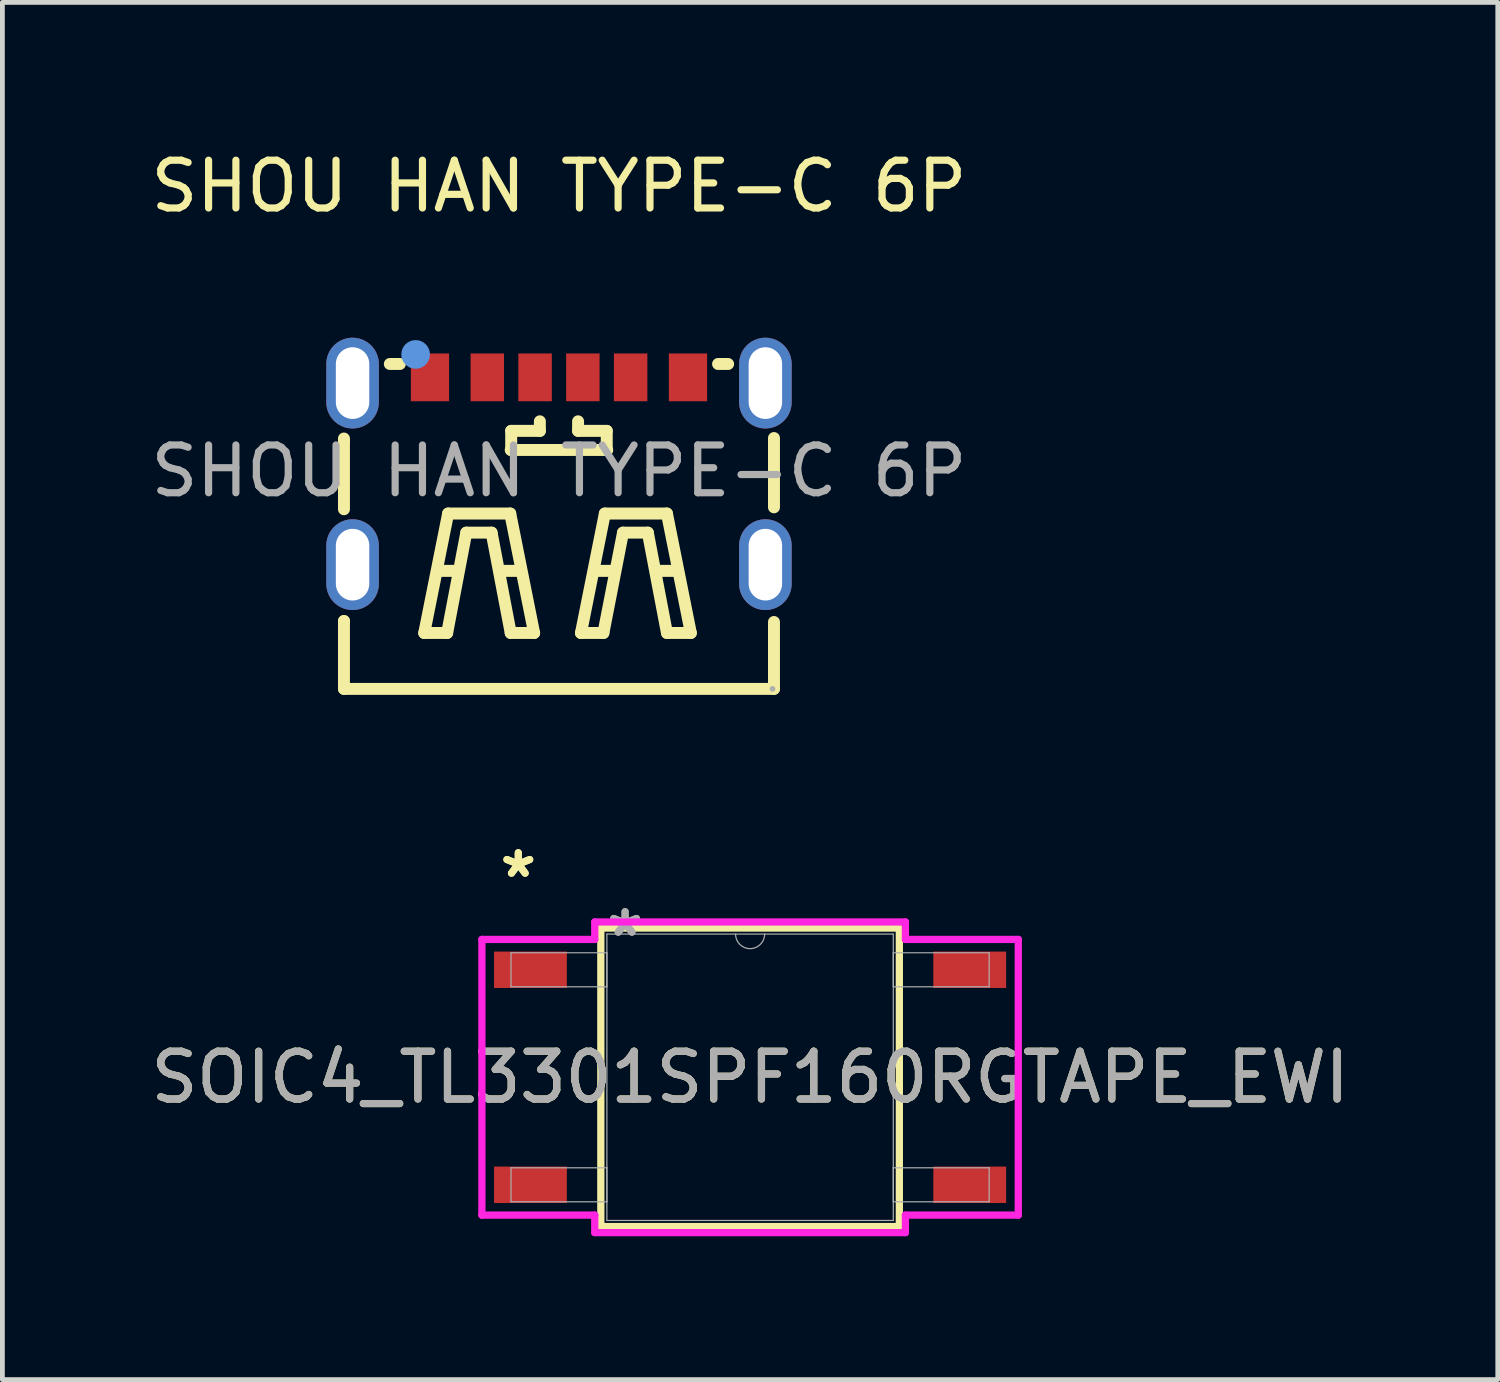
<source format=kicad_pcb>
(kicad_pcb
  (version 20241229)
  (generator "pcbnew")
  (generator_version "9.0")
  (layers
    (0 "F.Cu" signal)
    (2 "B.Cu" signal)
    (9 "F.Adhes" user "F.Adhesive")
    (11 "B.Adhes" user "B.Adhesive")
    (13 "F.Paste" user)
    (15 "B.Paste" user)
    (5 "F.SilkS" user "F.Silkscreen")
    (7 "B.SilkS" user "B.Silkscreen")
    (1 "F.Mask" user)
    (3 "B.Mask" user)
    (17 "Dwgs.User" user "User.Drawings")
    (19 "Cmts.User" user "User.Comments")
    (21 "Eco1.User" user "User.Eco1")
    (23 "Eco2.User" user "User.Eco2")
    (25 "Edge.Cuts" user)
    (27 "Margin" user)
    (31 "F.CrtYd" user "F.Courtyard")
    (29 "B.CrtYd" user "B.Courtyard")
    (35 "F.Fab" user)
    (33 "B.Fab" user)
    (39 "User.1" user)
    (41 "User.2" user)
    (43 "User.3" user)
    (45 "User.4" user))
  (footprint "SHOU HAN TYPE-C 6P"
    (layer "F.Cu")
    (at 8.649 6.808)
    (property "Reference" "SHOU HAN TYPE-C 6P" (at 0 -5.96 0) (layer "F.SilkS") (effects (font (size 1 1) (thickness 0.15))))
    (attr smd)
    (fp_line (start -4.5 -0.64) (end -4.5 -0.68) (stroke (width 0.25) (type solid)) (layer "F.SilkS"))
    (fp_line (start -4.5 -0.64) (end -4.5 0.8) (stroke (width 0.25) (type solid)) (layer "F.SilkS"))
    (fp_line (start -4.5 3.14) (end -4.5 4.56) (stroke (width 0.25) (type solid)) (layer "F.SilkS"))
    (fp_line (start -4.5 3.16) (end -4.5 3.14) (stroke (width 0.25) (type solid)) (layer "F.SilkS"))
    (fp_line (start -4.5 4.56) (end 4.5 4.56) (stroke (width 0.25) (type solid)) (layer "F.SilkS"))
    (fp_line (start -3.54 -2.24) (end -3.33 -2.24) (stroke (width 0.25) (type solid)) (layer "F.SilkS"))
    (fp_line (start -2.82 3.39) (end -2.32 0.89) (stroke (width 0.25) (type solid)) (layer "F.SilkS"))
    (fp_line (start -2.52 2.09) (end -2.12 2.09) (stroke (width 0.25) (type solid)) (layer "F.SilkS"))
    (fp_line (start -2.34 3.39) (end -2.82 3.39) (stroke (width 0.25) (type solid)) (layer "F.SilkS"))
    (fp_line (start -2.32 0.89) (end -1.02 0.89) (stroke (width 0.25) (type solid)) (layer "F.SilkS"))
    (fp_line (start -1.94 1.29) (end -2.34 3.39) (stroke (width 0.25) (type solid)) (layer "F.SilkS"))
    (fp_line (start -1.41 1.29) (end -1.94 1.29) (stroke (width 0.25) (type solid)) (layer "F.SilkS"))
    (fp_line (start -1.22 2.09) (end -0.82 2.09) (stroke (width 0.25) (type solid)) (layer "F.SilkS"))
    (fp_line (start -1.02 0.89) (end -0.52 3.39) (stroke (width 0.25) (type solid)) (layer "F.SilkS"))
    (fp_line (start -1.01 -0.44) (end 1.01 -0.44) (stroke (width 0.25) (type solid)) (layer "F.SilkS"))
    (fp_line (start -1.01 3.39) (end -1.41 1.29) (stroke (width 0.25) (type solid)) (layer "F.SilkS"))
    (fp_line (start -1 -0.84) (end -0.4 -0.84) (stroke (width 0.25) (type solid)) (layer "F.SilkS"))
    (fp_line (start -1 -0.44) (end -1 -0.84) (stroke (width 0.25) (type solid)) (layer "F.SilkS"))
    (fp_line (start -0.52 3.39) (end -1.01 3.39) (stroke (width 0.25) (type solid)) (layer "F.SilkS"))
    (fp_line (start -0.4 -0.84) (end -0.4 -1.04) (stroke (width 0.25) (type solid)) (layer "F.SilkS"))
    (fp_line (start 0.4 -0.84) (end 0.4 -1.04) (stroke (width 0.25) (type solid)) (layer "F.SilkS"))
    (fp_line (start 0.46 3.39) (end 0.96 0.89) (stroke (width 0.25) (type solid)) (layer "F.SilkS"))
    (fp_line (start 0.76 2.09) (end 1.16 2.09) (stroke (width 0.25) (type solid)) (layer "F.SilkS"))
    (fp_line (start 0.93 3.39) (end 0.46 3.39) (stroke (width 0.25) (type solid)) (layer "F.SilkS"))
    (fp_line (start 0.96 0.89) (end 2.26 0.89) (stroke (width 0.25) (type solid)) (layer "F.SilkS"))
    (fp_line (start 1 -0.84) (end 0.4 -0.84) (stroke (width 0.25) (type solid)) (layer "F.SilkS"))
    (fp_line (start 1 -0.44) (end 1 -0.84) (stroke (width 0.25) (type solid)) (layer "F.SilkS"))
    (fp_line (start 1.34 1.29) (end 0.93 3.39) (stroke (width 0.25) (type solid)) (layer "F.SilkS"))
    (fp_line (start 1.86 1.29) (end 1.34 1.29) (stroke (width 0.25) (type solid)) (layer "F.SilkS"))
    (fp_line (start 2.06 2.09) (end 2.46 2.09) (stroke (width 0.25) (type solid)) (layer "F.SilkS"))
    (fp_line (start 2.26 0.89) (end 2.76 3.39) (stroke (width 0.25) (type solid)) (layer "F.SilkS"))
    (fp_line (start 2.26 3.39) (end 1.86 1.29) (stroke (width 0.25) (type solid)) (layer "F.SilkS"))
    (fp_line (start 2.76 3.39) (end 2.26 3.39) (stroke (width 0.25) (type solid)) (layer "F.SilkS"))
    (fp_line (start 3.33 -2.24) (end 3.54 -2.24) (stroke (width 0.25) (type solid)) (layer "F.SilkS"))
    (fp_line (start 4.5 0.76) (end 4.5 -0.69) (stroke (width 0.25) (type solid)) (layer "F.SilkS"))
    (fp_line (start 4.5 4.56) (end 4.5 3.16) (stroke (width 0.25) (type solid)) (layer "F.SilkS"))
    (fp_circle (center -3 -2.44) (end -2.85 -2.44) (stroke (width 0.3) (type solid)) (fill no) (layer "Cmts.User"))
    (fp_circle (center 4.47 4.56) (end 4.5 4.56) (stroke (width 0.06) (type solid)) (fill no) (layer "F.Fab"))
    (fp_text user "${REFERENCE}" (at 0 0 0) (layer "F.Fab") (effects (font (size 1 1) (thickness 0.15))))
    (pad "7" thru_hole oval (at -4.32 -1.84) (size 1.1 1.9) (drill oval 0.7 1.5) (layers "*.Cu" "*.Mask"))
    (pad "7" thru_hole oval (at -4.32 1.96) (size 1.1 1.9) (drill oval 0.7 1.5) (layers "*.Cu" "*.Mask"))
    (pad "7" thru_hole oval (at 4.32 -1.84) (size 1.1 1.9) (drill oval 0.7 1.5) (layers "*.Cu" "*.Mask"))
    (pad "7" thru_hole oval (at 4.32 1.96) (size 1.1 1.9) (drill oval 0.7 1.5) (layers "*.Cu" "*.Mask"))
    (pad "A5" smd rect (at -0.5 -1.96) (size 0.7 1) (layers "F.Cu" "F.Mask" "F.Paste"))
    (pad "A9" smd rect (at 1.5 -1.96) (size 0.7 1) (layers "F.Cu" "F.Mask" "F.Paste"))
    (pad "A12" smd rect (at 2.7 -1.96) (size 0.8 1) (layers "F.Cu" "F.Mask" "F.Paste"))
    (pad "B5" smd rect (at 0.5 -1.96) (size 0.7 1) (layers "F.Cu" "F.Mask" "F.Paste"))
    (pad "B9" smd rect (at -1.5 -1.96) (size 0.7 1) (layers "F.Cu" "F.Mask" "F.Paste"))
    (pad "B12" smd rect (at -2.7 -1.96) (size 0.8 1) (layers "F.Cu" "F.Mask" "F.Paste")))
  (footprint "SOIC4_TL3301SPF160RGTAPE_EWI"
    (layer "F.Cu")
    (at 12.649 19.497)
    (property "Reference" "SOIC4_TL3301SPF160RGTAPE_EWI" (at 0 0 0) (unlocked yes) (layer "F.SilkS") (effects (font (size 1 1) (thickness 0.15))))
    (attr smd)
    (fp_line (start -3.124 -3.124) (end -3.124 3.124) (stroke (width 0.152) (type solid)) (layer "F.SilkS"))
    (fp_line (start -3.124 3.124) (end 3.124 3.124) (stroke (width 0.152) (type solid)) (layer "F.SilkS"))
    (fp_line (start 3.124 -3.124) (end -3.124 -3.124) (stroke (width 0.152) (type solid)) (layer "F.SilkS"))
    (fp_line (start 3.124 3.124) (end 3.124 -3.124) (stroke (width 0.152) (type solid)) (layer "F.SilkS"))
    (fp_line (start -5.613 -2.885) (end -3.251 -2.885) (stroke (width 0.152) (type solid)) (layer "F.CrtYd"))
    (fp_line (start -5.613 2.885) (end -5.613 -2.885) (stroke (width 0.152) (type solid)) (layer "F.CrtYd"))
    (fp_line (start -5.613 2.885) (end -3.251 2.885) (stroke (width 0.152) (type solid)) (layer "F.CrtYd"))
    (fp_line (start -3.251 -3.251) (end 3.251 -3.251) (stroke (width 0.152) (type solid)) (layer "F.CrtYd"))
    (fp_line (start -3.251 -2.885) (end -3.251 -3.251) (stroke (width 0.152) (type solid)) (layer "F.CrtYd"))
    (fp_line (start -3.251 3.251) (end -3.251 2.885) (stroke (width 0.152) (type solid)) (layer "F.CrtYd"))
    (fp_line (start 3.251 -3.251) (end 3.251 -2.885) (stroke (width 0.152) (type solid)) (layer "F.CrtYd"))
    (fp_line (start 3.251 2.885) (end 3.251 3.251) (stroke (width 0.152) (type solid)) (layer "F.CrtYd"))
    (fp_line (start 3.251 3.251) (end -3.251 3.251) (stroke (width 0.152) (type solid)) (layer "F.CrtYd"))
    (fp_line (start 5.613 -2.885) (end 3.251 -2.885) (stroke (width 0.152) (type solid)) (layer "F.CrtYd"))
    (fp_line (start 5.613 -2.885) (end 5.613 2.885) (stroke (width 0.152) (type solid)) (layer "F.CrtYd"))
    (fp_line (start 5.613 2.885) (end 3.251 2.885) (stroke (width 0.152) (type solid)) (layer "F.CrtYd"))
    (fp_line (start -5.004 -2.606) (end -5.004 -1.894) (stroke (width 0.025) (type solid)) (layer "F.Fab"))
    (fp_line (start -5.004 -1.894) (end -2.997 -1.894) (stroke (width 0.025) (type solid)) (layer "F.Fab"))
    (fp_line (start -5.004 1.894) (end -5.004 2.606) (stroke (width 0.025) (type solid)) (layer "F.Fab"))
    (fp_line (start -5.004 2.606) (end -2.997 2.606) (stroke (width 0.025) (type solid)) (layer "F.Fab"))
    (fp_line (start -2.997 -2.997) (end -2.997 2.997) (stroke (width 0.025) (type solid)) (layer "F.Fab"))
    (fp_line (start -2.997 -2.606) (end -5.004 -2.606) (stroke (width 0.025) (type solid)) (layer "F.Fab"))
    (fp_line (start -2.997 -1.894) (end -2.997 -2.606) (stroke (width 0.025) (type solid)) (layer "F.Fab"))
    (fp_line (start -2.997 1.894) (end -5.004 1.894) (stroke (width 0.025) (type solid)) (layer "F.Fab"))
    (fp_line (start -2.997 2.606) (end -2.997 1.894) (stroke (width 0.025) (type solid)) (layer "F.Fab"))
    (fp_line (start -2.997 2.997) (end 2.997 2.997) (stroke (width 0.025) (type solid)) (layer "F.Fab"))
    (fp_line (start 2.997 -2.997) (end -2.997 -2.997) (stroke (width 0.025) (type solid)) (layer "F.Fab"))
    (fp_line (start 2.997 -2.606) (end 2.997 -1.894) (stroke (width 0.025) (type solid)) (layer "F.Fab"))
    (fp_line (start 2.997 -1.894) (end 5.004 -1.894) (stroke (width 0.025) (type solid)) (layer "F.Fab"))
    (fp_line (start 2.997 1.894) (end 2.997 2.606) (stroke (width 0.025) (type solid)) (layer "F.Fab"))
    (fp_line (start 2.997 2.606) (end 5.004 2.606) (stroke (width 0.025) (type solid)) (layer "F.Fab"))
    (fp_line (start 2.997 2.997) (end 2.997 -2.997) (stroke (width 0.025) (type solid)) (layer "F.Fab"))
    (fp_line (start 5.004 -2.606) (end 2.997 -2.606) (stroke (width 0.025) (type solid)) (layer "F.Fab"))
    (fp_line (start 5.004 -1.894) (end 5.004 -2.606) (stroke (width 0.025) (type solid)) (layer "F.Fab"))
    (fp_line (start 5.004 1.894) (end 2.997 1.894) (stroke (width 0.025) (type solid)) (layer "F.Fab"))
    (fp_line (start 5.004 2.606) (end 5.004 1.894) (stroke (width 0.025) (type solid)) (layer "F.Fab"))
    (fp_arc (start 0.3048 -2.9972) (mid 0 -2.6924) (end -0.3048 -2.9972) (stroke (width 0.0254) (type solid)) (layer "F.Fab"))
    (fp_text user "*" (at -4.851 -4.155 0) (unlocked yes) (layer "F.SilkS") (effects (font (size 1 1) (thickness 0.15))))
    (fp_text user "*" (at -4.851 -4.155 0) (layer "F.SilkS") (effects (font (size 1 1) (thickness 0.15))))
    (fp_text user "*" (at -2.616 -2.921 0) (layer "F.Fab") (effects (font (size 1 1) (thickness 0.15))))
    (fp_text user "*" (at -2.616 -2.921 0) (unlocked yes) (layer "F.Fab") (effects (font (size 1 1) (thickness 0.15))))
    (fp_text user "${REFERENCE}" (at 0 0 0) (unlocked yes) (layer "F.Fab") (effects (font (size 1 1) (thickness 0.15))))
    (pad "1" smd rect (at -4.597 -2.25) (size 1.524 0.762) (layers "F.Cu" "F.Mask" "F.Paste"))
    (pad "2" smd rect (at 4.597 -2.25) (size 1.524 0.762) (layers "F.Cu" "F.Mask" "F.Paste"))
    (pad "3" smd rect (at -4.597 2.25) (size 1.524 0.762) (layers "F.Cu" "F.Mask" "F.Paste"))
    (pad "4" smd rect (at 4.597 2.25) (size 1.524 0.762) (layers "F.Cu" "F.Mask" "F.Paste")))
  (gr_rect
    (start -3 -3)
    (end 28.298 25.824)
    (stroke (width 0.1) (type default))
    (fill no)
    (layer "Edge.Cuts")))
</source>
